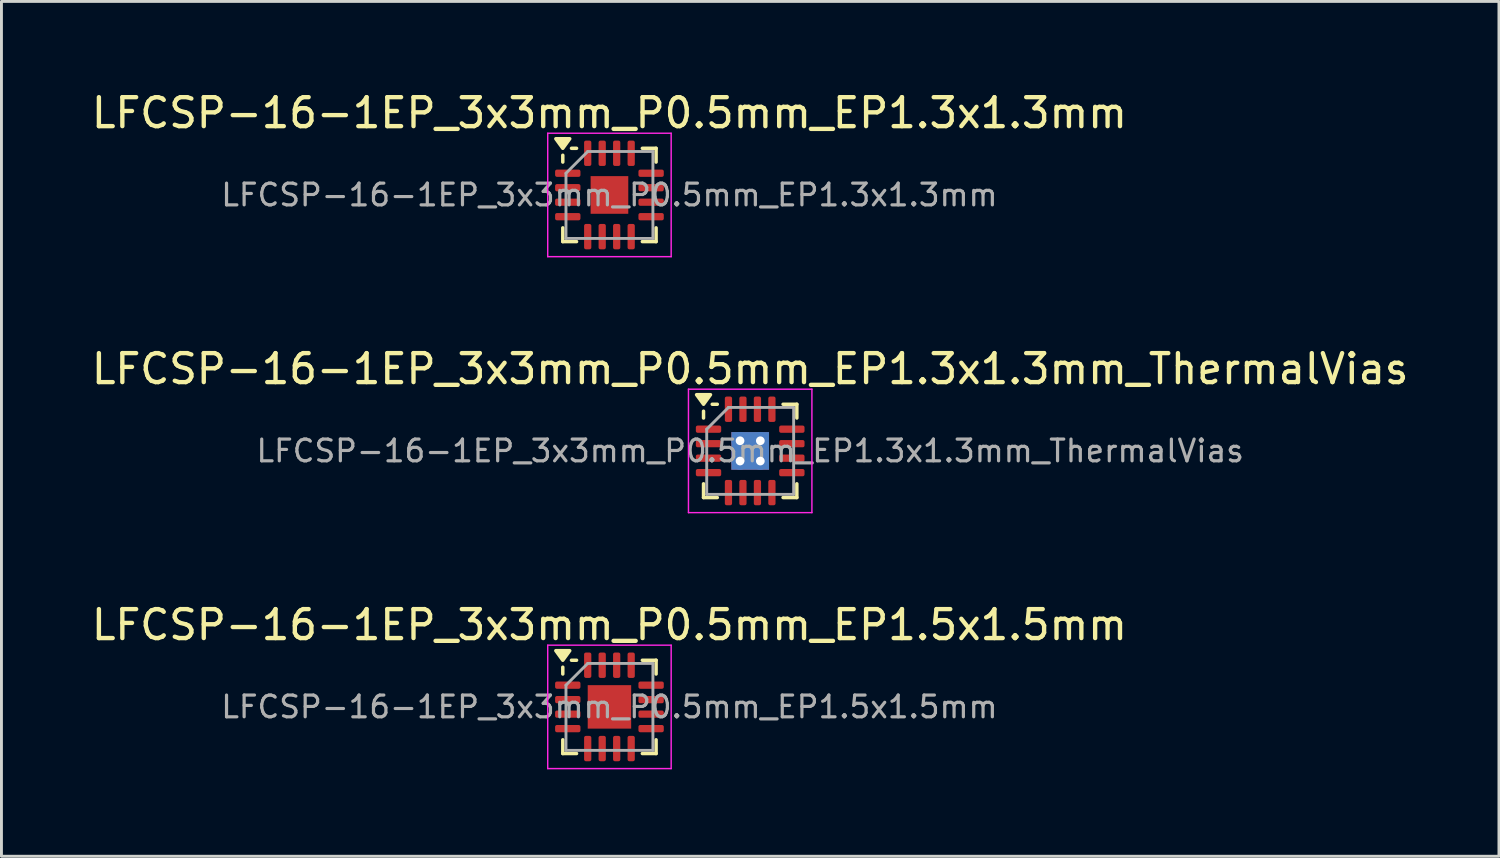
<source format=kicad_pcb>
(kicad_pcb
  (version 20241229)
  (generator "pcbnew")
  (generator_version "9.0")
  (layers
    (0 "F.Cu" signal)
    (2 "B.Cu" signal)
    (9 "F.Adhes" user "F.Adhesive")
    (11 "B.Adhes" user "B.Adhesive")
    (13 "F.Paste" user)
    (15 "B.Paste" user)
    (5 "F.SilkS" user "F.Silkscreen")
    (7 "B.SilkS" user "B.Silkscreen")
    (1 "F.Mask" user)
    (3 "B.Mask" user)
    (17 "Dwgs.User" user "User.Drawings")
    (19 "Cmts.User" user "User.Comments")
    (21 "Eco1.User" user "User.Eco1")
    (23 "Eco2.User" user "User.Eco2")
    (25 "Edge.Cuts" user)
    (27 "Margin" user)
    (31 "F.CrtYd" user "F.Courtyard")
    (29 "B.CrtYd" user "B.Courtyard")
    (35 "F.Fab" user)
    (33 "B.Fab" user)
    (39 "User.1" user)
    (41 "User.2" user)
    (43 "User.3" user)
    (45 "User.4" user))
  (footprint "LFCSP-16-1EP_3x3mm_P0.5mm_EP1.5x1.5mm"
    (layer "F.Cu")
    (at 17.982 21.345)
    (property "Reference" "LFCSP-16-1EP_3x3mm_P0.5mm_EP1.5x1.5mm" (at 0 -2.83 0) (layer "F.SilkS") (effects (font (size 1 1) (thickness 0.15))))
    (attr smd)
    (fp_line (start -1.61 -1.135) (end -1.61 -1.37) (stroke (width 0.12) (type solid)) (layer "F.SilkS"))
    (fp_line (start -1.61 1.61) (end -1.61 1.135) (stroke (width 0.12) (type solid)) (layer "F.SilkS"))
    (fp_line (start -1.135 -1.61) (end -1.31 -1.61) (stroke (width 0.12) (type solid)) (layer "F.SilkS"))
    (fp_line (start -1.135 1.61) (end -1.61 1.61) (stroke (width 0.12) (type solid)) (layer "F.SilkS"))
    (fp_line (start 1.135 -1.61) (end 1.61 -1.61) (stroke (width 0.12) (type solid)) (layer "F.SilkS"))
    (fp_line (start 1.135 1.61) (end 1.61 1.61) (stroke (width 0.12) (type solid)) (layer "F.SilkS"))
    (fp_line (start 1.61 -1.61) (end 1.61 -1.135) (stroke (width 0.12) (type solid)) (layer "F.SilkS"))
    (fp_line (start 1.61 1.61) (end 1.61 1.135) (stroke (width 0.12) (type solid)) (layer "F.SilkS"))
    (fp_poly (pts (xy -1.61 -1.61) (xy -1.85 -1.94) (xy -1.37 -1.94) (xy -1.61 -1.61)) (stroke (width 0.12) (type solid)) (fill yes) (layer "F.SilkS"))
    (fp_line (start -2.13 -2.13) (end -2.13 2.13) (stroke (width 0.05) (type solid)) (layer "F.CrtYd"))
    (fp_line (start -2.13 2.13) (end 2.13 2.13) (stroke (width 0.05) (type solid)) (layer "F.CrtYd"))
    (fp_line (start 2.13 -2.13) (end -2.13 -2.13) (stroke (width 0.05) (type solid)) (layer "F.CrtYd"))
    (fp_line (start 2.13 2.13) (end 2.13 -2.13) (stroke (width 0.05) (type solid)) (layer "F.CrtYd"))
    (fp_line (start -1.5 -0.75) (end -0.75 -1.5) (stroke (width 0.1) (type solid)) (layer "F.Fab"))
    (fp_line (start -1.5 1.5) (end -1.5 -0.75) (stroke (width 0.1) (type solid)) (layer "F.Fab"))
    (fp_line (start -0.75 -1.5) (end 1.5 -1.5) (stroke (width 0.1) (type solid)) (layer "F.Fab"))
    (fp_line (start 1.5 -1.5) (end 1.5 1.5) (stroke (width 0.1) (type solid)) (layer "F.Fab"))
    (fp_line (start 1.5 1.5) (end -1.5 1.5) (stroke (width 0.1) (type solid)) (layer "F.Fab"))
    (fp_text user "${REFERENCE}" (at 0 0 0) (layer "F.Fab") (effects (font (size 0.75 0.75) (thickness 0.11))))
    (pad "" smd roundrect (at -0.375 -0.375) (size 0.6 0.6) (layers "F.Paste") (roundrect_rratio 0.25))
    (pad "" smd roundrect (at -0.375 0.375) (size 0.6 0.6) (layers "F.Paste") (roundrect_rratio 0.25))
    (pad "" smd roundrect (at 0.375 -0.375) (size 0.6 0.6) (layers "F.Paste") (roundrect_rratio 0.25))
    (pad "" smd roundrect (at 0.375 0.375) (size 0.6 0.6) (layers "F.Paste") (roundrect_rratio 0.25))
    (pad "1" smd roundrect (at -1.438 -0.75) (size 0.875 0.25) (layers "F.Cu" "F.Mask" "F.Paste") (roundrect_rratio 0.25))
    (pad "2" smd roundrect (at -1.438 -0.25) (size 0.875 0.25) (layers "F.Cu" "F.Mask" "F.Paste") (roundrect_rratio 0.25))
    (pad "3" smd roundrect (at -1.438 0.25) (size 0.875 0.25) (layers "F.Cu" "F.Mask" "F.Paste") (roundrect_rratio 0.25))
    (pad "4" smd roundrect (at -1.438 0.75) (size 0.875 0.25) (layers "F.Cu" "F.Mask" "F.Paste") (roundrect_rratio 0.25))
    (pad "5" smd roundrect (at -0.75 1.438) (size 0.25 0.875) (layers "F.Cu" "F.Mask" "F.Paste") (roundrect_rratio 0.25))
    (pad "6" smd roundrect (at -0.25 1.438) (size 0.25 0.875) (layers "F.Cu" "F.Mask" "F.Paste") (roundrect_rratio 0.25))
    (pad "7" smd roundrect (at 0.25 1.438) (size 0.25 0.875) (layers "F.Cu" "F.Mask" "F.Paste") (roundrect_rratio 0.25))
    (pad "8" smd roundrect (at 0.75 1.438) (size 0.25 0.875) (layers "F.Cu" "F.Mask" "F.Paste") (roundrect_rratio 0.25))
    (pad "9" smd roundrect (at 1.438 0.75) (size 0.875 0.25) (layers "F.Cu" "F.Mask" "F.Paste") (roundrect_rratio 0.25))
    (pad "10" smd roundrect (at 1.438 0.25) (size 0.875 0.25) (layers "F.Cu" "F.Mask" "F.Paste") (roundrect_rratio 0.25))
    (pad "11" smd roundrect (at 1.438 -0.25) (size 0.875 0.25) (layers "F.Cu" "F.Mask" "F.Paste") (roundrect_rratio 0.25))
    (pad "12" smd roundrect (at 1.438 -0.75) (size 0.875 0.25) (layers "F.Cu" "F.Mask" "F.Paste") (roundrect_rratio 0.25))
    (pad "13" smd roundrect (at 0.75 -1.438) (size 0.25 0.875) (layers "F.Cu" "F.Mask" "F.Paste") (roundrect_rratio 0.25))
    (pad "14" smd roundrect (at 0.25 -1.438) (size 0.25 0.875) (layers "F.Cu" "F.Mask" "F.Paste") (roundrect_rratio 0.25))
    (pad "15" smd roundrect (at -0.25 -1.438) (size 0.25 0.875) (layers "F.Cu" "F.Mask" "F.Paste") (roundrect_rratio 0.25))
    (pad "16" smd roundrect (at -0.75 -1.438) (size 0.25 0.875) (layers "F.Cu" "F.Mask" "F.Paste") (roundrect_rratio 0.25))
    (pad "17" smd rect (at 0 0) (size 1.5 1.5) (property pad_prop_heatsink) (layers "F.Cu" "F.Mask")))
  (footprint "LFCSP-16-1EP_3x3mm_P0.5mm_EP1.3x1.3mm"
    (layer "F.Cu")
    (at 17.982 3.678)
    (property "Reference" "LFCSP-16-1EP_3x3mm_P0.5mm_EP1.3x1.3mm" (at 0 -2.83 0) (layer "F.SilkS") (effects (font (size 1 1) (thickness 0.15))))
    (attr smd)
    (fp_line (start -1.61 -1.135) (end -1.61 -1.37) (stroke (width 0.12) (type solid)) (layer "F.SilkS"))
    (fp_line (start -1.61 1.61) (end -1.61 1.135) (stroke (width 0.12) (type solid)) (layer "F.SilkS"))
    (fp_line (start -1.135 -1.61) (end -1.31 -1.61) (stroke (width 0.12) (type solid)) (layer "F.SilkS"))
    (fp_line (start -1.135 1.61) (end -1.61 1.61) (stroke (width 0.12) (type solid)) (layer "F.SilkS"))
    (fp_line (start 1.135 -1.61) (end 1.61 -1.61) (stroke (width 0.12) (type solid)) (layer "F.SilkS"))
    (fp_line (start 1.135 1.61) (end 1.61 1.61) (stroke (width 0.12) (type solid)) (layer "F.SilkS"))
    (fp_line (start 1.61 -1.61) (end 1.61 -1.135) (stroke (width 0.12) (type solid)) (layer "F.SilkS"))
    (fp_line (start 1.61 1.61) (end 1.61 1.135) (stroke (width 0.12) (type solid)) (layer "F.SilkS"))
    (fp_poly (pts (xy -1.61 -1.61) (xy -1.85 -1.94) (xy -1.37 -1.94) (xy -1.61 -1.61)) (stroke (width 0.12) (type solid)) (fill yes) (layer "F.SilkS"))
    (fp_line (start -2.13 -2.13) (end -2.13 2.13) (stroke (width 0.05) (type solid)) (layer "F.CrtYd"))
    (fp_line (start -2.13 2.13) (end 2.13 2.13) (stroke (width 0.05) (type solid)) (layer "F.CrtYd"))
    (fp_line (start 2.13 -2.13) (end -2.13 -2.13) (stroke (width 0.05) (type solid)) (layer "F.CrtYd"))
    (fp_line (start 2.13 2.13) (end 2.13 -2.13) (stroke (width 0.05) (type solid)) (layer "F.CrtYd"))
    (fp_line (start -1.5 -0.75) (end -0.75 -1.5) (stroke (width 0.1) (type solid)) (layer "F.Fab"))
    (fp_line (start -1.5 1.5) (end -1.5 -0.75) (stroke (width 0.1) (type solid)) (layer "F.Fab"))
    (fp_line (start -0.75 -1.5) (end 1.5 -1.5) (stroke (width 0.1) (type solid)) (layer "F.Fab"))
    (fp_line (start 1.5 -1.5) (end 1.5 1.5) (stroke (width 0.1) (type solid)) (layer "F.Fab"))
    (fp_line (start 1.5 1.5) (end -1.5 1.5) (stroke (width 0.1) (type solid)) (layer "F.Fab"))
    (fp_text user "${REFERENCE}" (at 0 0 0) (layer "F.Fab") (effects (font (size 0.75 0.75) (thickness 0.11))))
    (pad "" smd roundrect (at -0.325 -0.325) (size 0.52 0.52) (layers "F.Paste") (roundrect_rratio 0.25))
    (pad "" smd roundrect (at -0.325 0.325) (size 0.52 0.52) (layers "F.Paste") (roundrect_rratio 0.25))
    (pad "" smd roundrect (at 0.325 -0.325) (size 0.52 0.52) (layers "F.Paste") (roundrect_rratio 0.25))
    (pad "" smd roundrect (at 0.325 0.325) (size 0.52 0.52) (layers "F.Paste") (roundrect_rratio 0.25))
    (pad "1" smd roundrect (at -1.438 -0.75) (size 0.875 0.25) (layers "F.Cu" "F.Mask" "F.Paste") (roundrect_rratio 0.25))
    (pad "2" smd roundrect (at -1.438 -0.25) (size 0.875 0.25) (layers "F.Cu" "F.Mask" "F.Paste") (roundrect_rratio 0.25))
    (pad "3" smd roundrect (at -1.438 0.25) (size 0.875 0.25) (layers "F.Cu" "F.Mask" "F.Paste") (roundrect_rratio 0.25))
    (pad "4" smd roundrect (at -1.438 0.75) (size 0.875 0.25) (layers "F.Cu" "F.Mask" "F.Paste") (roundrect_rratio 0.25))
    (pad "5" smd roundrect (at -0.75 1.438) (size 0.25 0.875) (layers "F.Cu" "F.Mask" "F.Paste") (roundrect_rratio 0.25))
    (pad "6" smd roundrect (at -0.25 1.438) (size 0.25 0.875) (layers "F.Cu" "F.Mask" "F.Paste") (roundrect_rratio 0.25))
    (pad "7" smd roundrect (at 0.25 1.438) (size 0.25 0.875) (layers "F.Cu" "F.Mask" "F.Paste") (roundrect_rratio 0.25))
    (pad "8" smd roundrect (at 0.75 1.438) (size 0.25 0.875) (layers "F.Cu" "F.Mask" "F.Paste") (roundrect_rratio 0.25))
    (pad "9" smd roundrect (at 1.438 0.75) (size 0.875 0.25) (layers "F.Cu" "F.Mask" "F.Paste") (roundrect_rratio 0.25))
    (pad "10" smd roundrect (at 1.438 0.25) (size 0.875 0.25) (layers "F.Cu" "F.Mask" "F.Paste") (roundrect_rratio 0.25))
    (pad "11" smd roundrect (at 1.438 -0.25) (size 0.875 0.25) (layers "F.Cu" "F.Mask" "F.Paste") (roundrect_rratio 0.25))
    (pad "12" smd roundrect (at 1.438 -0.75) (size 0.875 0.25) (layers "F.Cu" "F.Mask" "F.Paste") (roundrect_rratio 0.25))
    (pad "13" smd roundrect (at 0.75 -1.438) (size 0.25 0.875) (layers "F.Cu" "F.Mask" "F.Paste") (roundrect_rratio 0.25))
    (pad "14" smd roundrect (at 0.25 -1.438) (size 0.25 0.875) (layers "F.Cu" "F.Mask" "F.Paste") (roundrect_rratio 0.25))
    (pad "15" smd roundrect (at -0.25 -1.438) (size 0.25 0.875) (layers "F.Cu" "F.Mask" "F.Paste") (roundrect_rratio 0.25))
    (pad "16" smd roundrect (at -0.75 -1.438) (size 0.25 0.875) (layers "F.Cu" "F.Mask" "F.Paste") (roundrect_rratio 0.25))
    (pad "17" smd rect (at 0 0) (size 1.3 1.3) (property pad_prop_heatsink) (layers "F.Cu" "F.Mask")))
  (footprint "LFCSP-16-1EP_3x3mm_P0.5mm_EP1.3x1.3mm_ThermalVias"
    (layer "F.Cu")
    (at 22.839 12.511)
    (property "Reference" "LFCSP-16-1EP_3x3mm_P0.5mm_EP1.3x1.3mm_ThermalVias" (at 0 -2.83 0) (layer "F.SilkS") (effects (font (size 1 1) (thickness 0.15))))
    (attr smd)
    (fp_line (start -1.61 -1.135) (end -1.61 -1.37) (stroke (width 0.12) (type solid)) (layer "F.SilkS"))
    (fp_line (start -1.61 1.61) (end -1.61 1.135) (stroke (width 0.12) (type solid)) (layer "F.SilkS"))
    (fp_line (start -1.135 -1.61) (end -1.31 -1.61) (stroke (width 0.12) (type solid)) (layer "F.SilkS"))
    (fp_line (start -1.135 1.61) (end -1.61 1.61) (stroke (width 0.12) (type solid)) (layer "F.SilkS"))
    (fp_line (start 1.135 -1.61) (end 1.61 -1.61) (stroke (width 0.12) (type solid)) (layer "F.SilkS"))
    (fp_line (start 1.135 1.61) (end 1.61 1.61) (stroke (width 0.12) (type solid)) (layer "F.SilkS"))
    (fp_line (start 1.61 -1.61) (end 1.61 -1.135) (stroke (width 0.12) (type solid)) (layer "F.SilkS"))
    (fp_line (start 1.61 1.61) (end 1.61 1.135) (stroke (width 0.12) (type solid)) (layer "F.SilkS"))
    (fp_poly (pts (xy -1.61 -1.61) (xy -1.85 -1.94) (xy -1.37 -1.94) (xy -1.61 -1.61)) (stroke (width 0.12) (type solid)) (fill yes) (layer "F.SilkS"))
    (fp_line (start -2.13 -2.13) (end -2.13 2.13) (stroke (width 0.05) (type solid)) (layer "F.CrtYd"))
    (fp_line (start -2.13 2.13) (end 2.13 2.13) (stroke (width 0.05) (type solid)) (layer "F.CrtYd"))
    (fp_line (start 2.13 -2.13) (end -2.13 -2.13) (stroke (width 0.05) (type solid)) (layer "F.CrtYd"))
    (fp_line (start 2.13 2.13) (end 2.13 -2.13) (stroke (width 0.05) (type solid)) (layer "F.CrtYd"))
    (fp_line (start -1.5 -0.75) (end -0.75 -1.5) (stroke (width 0.1) (type solid)) (layer "F.Fab"))
    (fp_line (start -1.5 1.5) (end -1.5 -0.75) (stroke (width 0.1) (type solid)) (layer "F.Fab"))
    (fp_line (start -0.75 -1.5) (end 1.5 -1.5) (stroke (width 0.1) (type solid)) (layer "F.Fab"))
    (fp_line (start 1.5 -1.5) (end 1.5 1.5) (stroke (width 0.1) (type solid)) (layer "F.Fab"))
    (fp_line (start 1.5 1.5) (end -1.5 1.5) (stroke (width 0.1) (type solid)) (layer "F.Fab"))
    (fp_text user "${REFERENCE}" (at 0 0 0) (layer "F.Fab") (effects (font (size 0.75 0.75) (thickness 0.11))))
    (pad "" smd roundrect (at -0.325 -0.325) (size 0.52 0.52) (layers "F.Paste") (roundrect_rratio 0.25))
    (pad "" smd roundrect (at -0.325 0.325) (size 0.52 0.52) (layers "F.Paste") (roundrect_rratio 0.25))
    (pad "" smd roundrect (at 0.325 -0.325) (size 0.52 0.52) (layers "F.Paste") (roundrect_rratio 0.25))
    (pad "" smd roundrect (at 0.325 0.325) (size 0.52 0.52) (layers "F.Paste") (roundrect_rratio 0.25))
    (pad "1" smd roundrect (at -1.438 -0.75) (size 0.875 0.25) (layers "F.Cu" "F.Mask" "F.Paste") (roundrect_rratio 0.25))
    (pad "2" smd roundrect (at -1.438 -0.25) (size 0.875 0.25) (layers "F.Cu" "F.Mask" "F.Paste") (roundrect_rratio 0.25))
    (pad "3" smd roundrect (at -1.438 0.25) (size 0.875 0.25) (layers "F.Cu" "F.Mask" "F.Paste") (roundrect_rratio 0.25))
    (pad "4" smd roundrect (at -1.438 0.75) (size 0.875 0.25) (layers "F.Cu" "F.Mask" "F.Paste") (roundrect_rratio 0.25))
    (pad "5" smd roundrect (at -0.75 1.438) (size 0.25 0.875) (layers "F.Cu" "F.Mask" "F.Paste") (roundrect_rratio 0.25))
    (pad "6" smd roundrect (at -0.25 1.438) (size 0.25 0.875) (layers "F.Cu" "F.Mask" "F.Paste") (roundrect_rratio 0.25))
    (pad "7" smd roundrect (at 0.25 1.438) (size 0.25 0.875) (layers "F.Cu" "F.Mask" "F.Paste") (roundrect_rratio 0.25))
    (pad "8" smd roundrect (at 0.75 1.438) (size 0.25 0.875) (layers "F.Cu" "F.Mask" "F.Paste") (roundrect_rratio 0.25))
    (pad "9" smd roundrect (at 1.438 0.75) (size 0.875 0.25) (layers "F.Cu" "F.Mask" "F.Paste") (roundrect_rratio 0.25))
    (pad "10" smd roundrect (at 1.438 0.25) (size 0.875 0.25) (layers "F.Cu" "F.Mask" "F.Paste") (roundrect_rratio 0.25))
    (pad "11" smd roundrect (at 1.438 -0.25) (size 0.875 0.25) (layers "F.Cu" "F.Mask" "F.Paste") (roundrect_rratio 0.25))
    (pad "12" smd roundrect (at 1.438 -0.75) (size 0.875 0.25) (layers "F.Cu" "F.Mask" "F.Paste") (roundrect_rratio 0.25))
    (pad "13" smd roundrect (at 0.75 -1.438) (size 0.25 0.875) (layers "F.Cu" "F.Mask" "F.Paste") (roundrect_rratio 0.25))
    (pad "14" smd roundrect (at 0.25 -1.438) (size 0.25 0.875) (layers "F.Cu" "F.Mask" "F.Paste") (roundrect_rratio 0.25))
    (pad "15" smd roundrect (at -0.25 -1.438) (size 0.25 0.875) (layers "F.Cu" "F.Mask" "F.Paste") (roundrect_rratio 0.25))
    (pad "16" smd roundrect (at -0.75 -1.438) (size 0.25 0.875) (layers "F.Cu" "F.Mask" "F.Paste") (roundrect_rratio 0.25))
    (pad "17" thru_hole circle (at -0.35 -0.35) (size 0.6 0.6) (drill 0.3) (property pad_prop_heatsink) (layers "*.Cu"))
    (pad "17" thru_hole circle (at -0.35 0.35) (size 0.6 0.6) (drill 0.3) (property pad_prop_heatsink) (layers "*.Cu"))
    (pad "17" smd rect (at 0 0) (size 1.3 1.3) (property pad_prop_heatsink) (layers "F.Cu" "F.Mask"))
    (pad "17" smd rect (at 0 0) (size 1.3 1.3) (property pad_prop_heatsink) (layers "B.Cu"))
    (pad "17" thru_hole circle (at 0.35 -0.35) (size 0.6 0.6) (drill 0.3) (property pad_prop_heatsink) (layers "*.Cu"))
    (pad "17" thru_hole circle (at 0.35 0.35) (size 0.6 0.6) (drill 0.3) (property pad_prop_heatsink) (layers "*.Cu")))
  (gr_rect
    (start -3 -3)
    (end 48.679 26.5)
    (stroke (width 0.1) (type default))
    (fill no)
    (layer "Edge.Cuts")))
</source>
